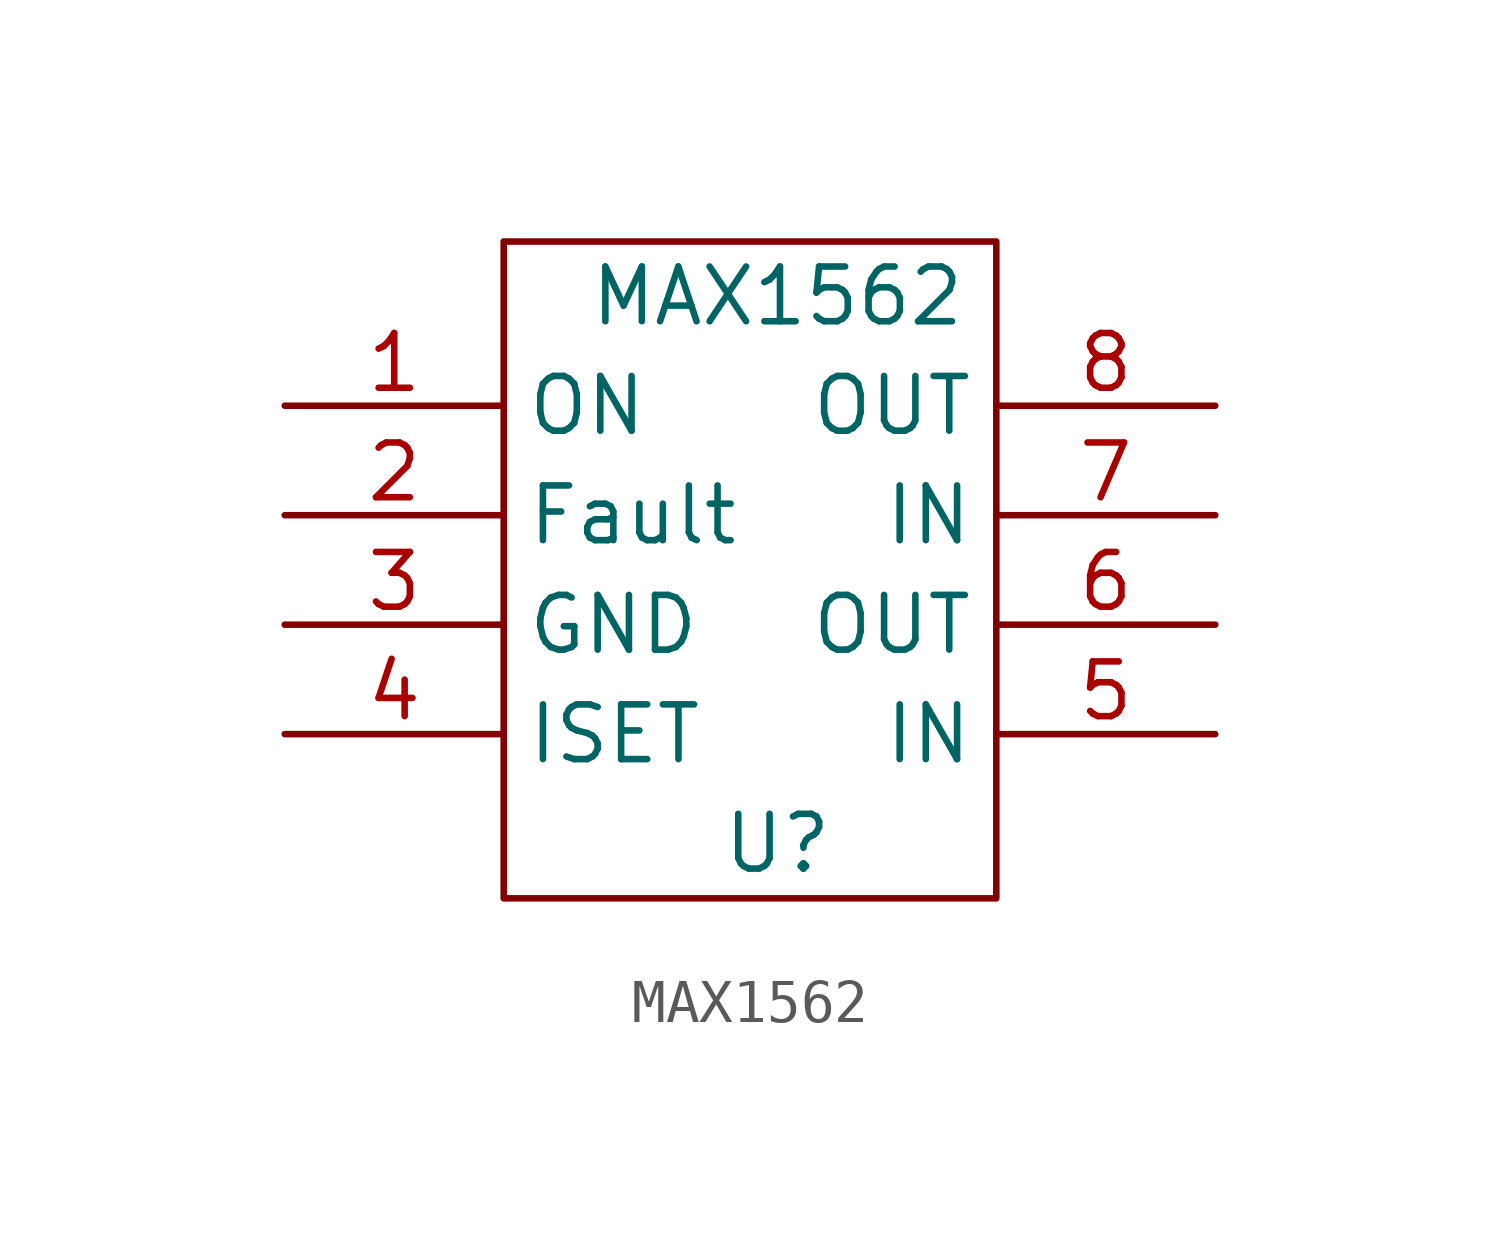
<source format=kicad_sym>
(kicad_symbol_lib
  (version 20211014)
  (generator kicad_symbol_editor)
  (symbol "MIMXRT1062DVJ6B:MAX1562"
    (property "Reference" "U"
      (at 0 -6.35 0)
      (effects (font (size 1.27 1.27))))
    (property "Value" "MAX1562"
      (at 0 6.35 0)
      (effects (font (size 1.27 1.27))))
    (symbol "MAX1562_0_1"
      (rectangle (start -6.35 7.62) (end 5.08 -7.62) (stroke (width 0.152) (type default) (color 0 0 0 0)) (fill (type none))))
    (symbol "MAX1562_1_1"
      (pin input line (at -11.43 3.81 0) (length 5.08) (name "ON" (effects (font (size 1.27 1.27)))) (number "1" (effects (font (size 1.27 1.27)))))
      (pin input line (at -11.43 1.27 0) (length 5.08) (name "Fault" (effects (font (size 1.27 1.27)))) (number "2" (effects (font (size 1.27 1.27)))))
      (pin power_in line (at -11.43 -1.27 0) (length 5.08) (name "GND" (effects (font (size 1.27 1.27)))) (number "3" (effects (font (size 1.27 1.27)))))
      (pin input line (at -11.43 -3.81 0) (length 5.08) (name "ISET" (effects (font (size 1.27 1.27)))) (number "4" (effects (font (size 1.27 1.27)))))
      (pin power_in line (at 10.16 -3.81 180) (length 5.08) (name "IN" (effects (font (size 1.27 1.27)))) (number "5" (effects (font (size 1.27 1.27)))))
      (pin power_out line (at 10.16 -1.27 180) (length 5.08) (name "OUT" (effects (font (size 1.27 1.27)))) (number "6" (effects (font (size 1.27 1.27)))))
      (pin power_in line (at 10.16 1.27 180) (length 5.08) (name "IN" (effects (font (size 1.27 1.27)))) (number "7" (effects (font (size 1.27 1.27)))))
      (pin power_out line (at 10.16 3.81 180) (length 5.08) (name "OUT" (effects (font (size 1.27 1.27)))) (number "8" (effects (font (size 1.27 1.27))))))))
</source>
